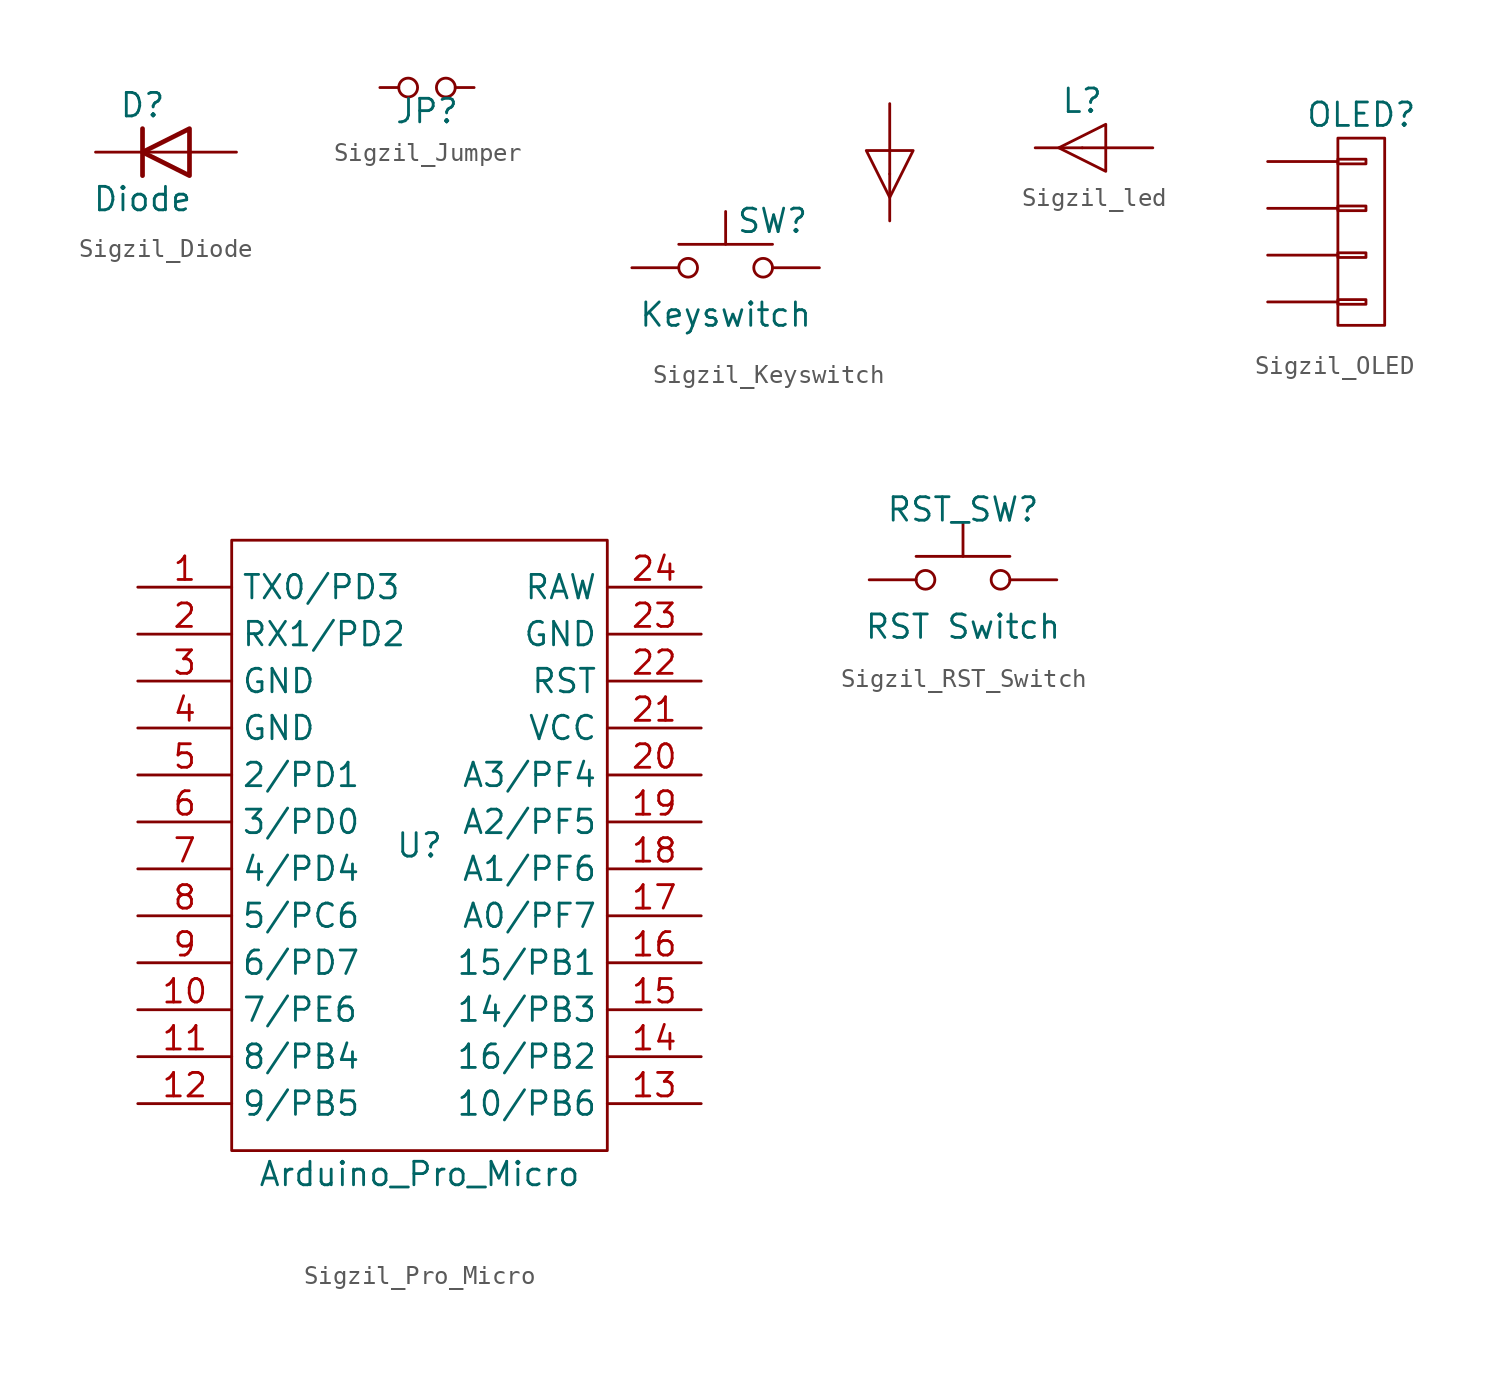
<source format=kicad_sym>
(kicad_symbol_lib
  (version 20220914)
  (generator kicad_symbol_editor)
  (symbol "Sigzil_Diode"
    (pin_numbers hide)
    (pin_names hide)
    (property "Reference" "D"
      (at 0 0 0)
      (effects (font (size 1.27 1.27))))
    (property "Value" "Diode"
      (at 0 -5.08 0)
      (effects (font (size 1.27 1.27))))
    (symbol "Sigzil_Diode_0_1"
      (polyline (pts (xy 0 -1.27) (xy 0 -3.81)) (stroke (width 0.254) (type default)) (fill (type none)))
      (polyline (pts (xy 2.54 -2.54) (xy 0 -2.54)) (stroke (width 0) (type default)) (fill (type none)))
      (polyline (pts (xy 2.54 -1.27) (xy 2.54 -3.81) (xy 0 -2.54) (xy 2.54 -1.27)) (stroke (width 0.254) (type default)) (fill (type none))))
    (symbol "Sigzil_Diode_1_1"
      (pin passive line (at -2.54 -2.54 0) (length 2.54) (name "K" (effects (font (size 1.27 1.27)))) (number "1" (effects (font (size 1.27 1.27)))))
      (pin passive line (at 5.08 -2.54 180) (length 2.54) (name "A" (effects (font (size 1.27 1.27)))) (number "2" (effects (font (size 1.27 1.27)))))))
  (symbol "Sigzil_Jumper"
    (pin_numbers hide)
    (pin_names hide)
    (property "Reference" "JP"
      (at 0 -1.27 0)
      (effects (font (size 1.27 1.27))))
    (property "Value" ""
      (at 0 0 0)
      (effects (font (size 1.27 1.27))))
    (symbol "Sigzil_Jumper_0_1"
      (circle (center -1.016 0) (radius 0.508) (stroke (width 0) (type solid)) (fill (type none)))
      (circle (center 1.016 0) (radius 0.508) (stroke (width 0) (type solid)) (fill (type none)))
      (pin passive line (at -2.54 0 0) (length 1.016) (name "1" (effects (font (size 1.27 1.27)))) (number "1" (effects (font (size 1.27 1.27)))))
      (pin passive line (at 2.54 0 180) (length 1.016) (name "2" (effects (font (size 1.27 1.27)))) (number "2" (effects (font (size 1.27 1.27)))))))
  (symbol "Sigzil_Keyswitch"
    (pin_numbers hide)
    (pin_names hide)
    (property "Reference" "SW"
      (at 2.54 2.54 0)
      (effects (font (size 1.27 1.27))))
    (property "Value" "Keyswitch"
      (at 0 -2.54 0)
      (effects (font (size 1.27 1.27))))
    (symbol "Sigzil_Keyswitch_0_1"
      (circle (center -2.032 0) (radius 0.508) (stroke (width 0) (type default)) (fill (type none)))
      (polyline (pts (xy 0 1.27) (xy 0 3.048)) (stroke (width 0) (type default)) (fill (type none)))
      (polyline (pts (xy 2.54 1.27) (xy -2.54 1.27)) (stroke (width 0) (type default)) (fill (type none)))
      (polyline (pts (xy 8.89 5.08) (xy 8.89 6.35)) (stroke (width 0) (type default)) (fill (type none)))
      (polyline (pts (xy 10.16 6.35) (xy 8.89 3.81) (xy 7.62 6.35) (xy 10.16 6.35)) (stroke (width 0) (type default)) (fill (type none)))
      (circle (center 2.032 0) (radius 0.508) (stroke (width 0) (type default)) (fill (type none)))
      (pin passive line (at -5.08 0 0) (length 2.54) (name "1" (effects (font (size 1.27 1.27)))) (number "1" (effects (font (size 1.27 1.27)))))
      (pin passive line (at 5.08 0 180) (length 2.54) (name "2" (effects (font (size 1.27 1.27)))) (number "2" (effects (font (size 1.27 1.27))))))
    (symbol "Sigzil_Keyswitch_1_1"
      (pin passive line (at 8.89 8.89 270) (length 2.54) (name "" (effects (font (size 1.27 1.27)))) (number "3" (effects (font (size 1.27 1.27)))))
      (pin passive line (at 8.89 2.54 90) (length 2.54) (name "" (effects (font (size 1.27 1.27)))) (number "4" (effects (font (size 1.27 1.27)))))))
  (symbol "Sigzil_led"
    (pin_numbers hide)
    (pin_names hide)
    (property "Reference" "L"
      (at 0 2.54 0)
      (effects (font (size 1.27 1.27))))
    (property "Value" ""
      (at 0 0 0)
      (effects (font (size 1.27 1.27))))
    (symbol "Sigzil_led_0_1"
      (polyline (pts (xy 0 0) (xy 1.27 0)) (stroke (width 0) (type default)) (fill (type none)))
      (polyline (pts (xy 1.27 -1.27) (xy -1.27 0) (xy 1.27 1.27) (xy 1.27 -1.27)) (stroke (width 0) (type default)) (fill (type none))))
    (symbol "Sigzil_led_1_1"
      (pin passive line (at 3.81 0 180) (length 2.54) (name "" (effects (font (size 1.27 1.27)))) (number "3" (effects (font (size 1.27 1.27)))))
      (pin passive line (at -2.54 0 0) (length 2.54) (name "" (effects (font (size 1.27 1.27)))) (number "4" (effects (font (size 1.27 1.27)))))))
  (symbol "Sigzil_OLED"
    (pin_numbers hide)
    (pin_names hide)
    (property "Reference" "OLED"
      (at 0 6.35 0)
      (effects (font (size 1.27 1.27))))
    (property "Value" ""
      (at 0 6.35 0)
      (effects (font (size 1.27 1.27))))
    (symbol "Sigzil_OLED_0_1"
      (rectangle (start -1.27 -3.683) (end 0.254 -3.937) (stroke (width 0) (type solid)) (fill (type none)))
      (rectangle (start -1.27 -1.143) (end 0.254 -1.397) (stroke (width 0) (type solid)) (fill (type none)))
      (rectangle (start -1.27 1.397) (end 0.254 1.143) (stroke (width 0) (type solid)) (fill (type none)))
      (rectangle (start -1.27 3.937) (end 0.254 3.683) (stroke (width 0) (type solid)) (fill (type none)))
      (rectangle (start -1.27 5.08) (end 1.27 -5.08) (stroke (width 0) (type solid)) (fill (type none))))
    (symbol "Sigzil_OLED_1_1"
      (pin passive line (at -5.08 3.81 0) (length 3.81) (name "P1" (effects (font (size 1.27 1.27)))) (number "1" (effects (font (size 1.27 1.27)))))
      (pin passive line (at -5.08 1.27 0) (length 3.81) (name "P2" (effects (font (size 1.27 1.27)))) (number "2" (effects (font (size 1.27 1.27)))))
      (pin passive line (at -5.08 -1.27 0) (length 3.81) (name "P3" (effects (font (size 1.27 1.27)))) (number "3" (effects (font (size 1.27 1.27)))))
      (pin passive line (at -5.08 -3.81 0) (length 3.81) (name "P4" (effects (font (size 1.27 1.27)))) (number "4" (effects (font (size 1.27 1.27)))))))
  (symbol "Sigzil_Pro_Micro"
    (property "Reference" "U"
      (at 0 0 0)
      (effects (font (size 1.27 1.27))))
    (property "Value" "Arduino_Pro_Micro"
      (at 0 -17.78 0)
      (effects (font (size 1.27 1.27))))
    (symbol "Sigzil_Pro_Micro_0_1"
      (rectangle (start -10.16 16.51) (end 10.16 -16.51) (stroke (width 0) (type solid)) (fill (type none))))
    (symbol "Sigzil_Pro_Micro_1_1"
      (pin input line (at -15.24 13.97 0) (length 5.08) (name "TX0/PD3" (effects (font (size 1.27 1.27)))) (number "1" (effects (font (size 1.27 1.27)))))
      (pin input line (at -15.24 -8.89 0) (length 5.08) (name "7/PE6" (effects (font (size 1.27 1.27)))) (number "10" (effects (font (size 1.27 1.27)))))
      (pin input line (at -15.24 -11.43 0) (length 5.08) (name "8/PB4" (effects (font (size 1.27 1.27)))) (number "11" (effects (font (size 1.27 1.27)))))
      (pin input line (at -15.24 -13.97 0) (length 5.08) (name "9/PB5" (effects (font (size 1.27 1.27)))) (number "12" (effects (font (size 1.27 1.27)))))
      (pin input line (at 15.24 -13.97 180) (length 5.08) (name "10/PB6" (effects (font (size 1.27 1.27)))) (number "13" (effects (font (size 1.27 1.27)))))
      (pin input line (at 15.24 -11.43 180) (length 5.08) (name "16/PB2" (effects (font (size 1.27 1.27)))) (number "14" (effects (font (size 1.27 1.27)))))
      (pin input line (at 15.24 -8.89 180) (length 5.08) (name "14/PB3" (effects (font (size 1.27 1.27)))) (number "15" (effects (font (size 1.27 1.27)))))
      (pin input line (at 15.24 -6.35 180) (length 5.08) (name "15/PB1" (effects (font (size 1.27 1.27)))) (number "16" (effects (font (size 1.27 1.27)))))
      (pin input line (at 15.24 -3.81 180) (length 5.08) (name "A0/PF7" (effects (font (size 1.27 1.27)))) (number "17" (effects (font (size 1.27 1.27)))))
      (pin input line (at 15.24 -1.27 180) (length 5.08) (name "A1/PF6" (effects (font (size 1.27 1.27)))) (number "18" (effects (font (size 1.27 1.27)))))
      (pin input line (at 15.24 1.27 180) (length 5.08) (name "A2/PF5" (effects (font (size 1.27 1.27)))) (number "19" (effects (font (size 1.27 1.27)))))
      (pin input line (at -15.24 11.43 0) (length 5.08) (name "RX1/PD2" (effects (font (size 1.27 1.27)))) (number "2" (effects (font (size 1.27 1.27)))))
      (pin input line (at 15.24 3.81 180) (length 5.08) (name "A3/PF4" (effects (font (size 1.27 1.27)))) (number "20" (effects (font (size 1.27 1.27)))))
      (pin input line (at 15.24 6.35 180) (length 5.08) (name "VCC" (effects (font (size 1.27 1.27)))) (number "21" (effects (font (size 1.27 1.27)))))
      (pin input line (at 15.24 8.89 180) (length 5.08) (name "RST" (effects (font (size 1.27 1.27)))) (number "22" (effects (font (size 1.27 1.27)))))
      (pin input line (at 15.24 11.43 180) (length 5.08) (name "GND" (effects (font (size 1.27 1.27)))) (number "23" (effects (font (size 1.27 1.27)))))
      (pin input line (at 15.24 13.97 180) (length 5.08) (name "RAW" (effects (font (size 1.27 1.27)))) (number "24" (effects (font (size 1.27 1.27)))))
      (pin input line (at -15.24 8.89 0) (length 5.08) (name "GND" (effects (font (size 1.27 1.27)))) (number "3" (effects (font (size 1.27 1.27)))))
      (pin input line (at -15.24 6.35 0) (length 5.08) (name "GND" (effects (font (size 1.27 1.27)))) (number "4" (effects (font (size 1.27 1.27)))))
      (pin input line (at -15.24 3.81 0) (length 5.08) (name "2/PD1" (effects (font (size 1.27 1.27)))) (number "5" (effects (font (size 1.27 1.27)))))
      (pin input line (at -15.24 1.27 0) (length 5.08) (name "3/PD0" (effects (font (size 1.27 1.27)))) (number "6" (effects (font (size 1.27 1.27)))))
      (pin input line (at -15.24 -1.27 0) (length 5.08) (name "4/PD4" (effects (font (size 1.27 1.27)))) (number "7" (effects (font (size 1.27 1.27)))))
      (pin input line (at -15.24 -3.81 0) (length 5.08) (name "5/PC6" (effects (font (size 1.27 1.27)))) (number "8" (effects (font (size 1.27 1.27)))))
      (pin input line (at -15.24 -6.35 0) (length 5.08) (name "6/PD7" (effects (font (size 1.27 1.27)))) (number "9" (effects (font (size 1.27 1.27)))))))
  (symbol "Sigzil_RST_Switch"
    (pin_numbers hide)
    (pin_names hide)
    (property "Reference" "RST_SW"
      (at 0 3.81 0)
      (effects (font (size 1.27 1.27))))
    (property "Value" "RST Switch"
      (at 0 -2.54 0)
      (effects (font (size 1.27 1.27))))
    (symbol "Sigzil_RST_Switch_0_1"
      (circle (center -2.032 0) (radius 0.508) (stroke (width 0) (type default)) (fill (type none)))
      (polyline (pts (xy 0 1.27) (xy 0 3.048)) (stroke (width 0) (type default)) (fill (type none)))
      (polyline (pts (xy 2.54 1.27) (xy -2.54 1.27)) (stroke (width 0) (type default)) (fill (type none)))
      (circle (center 2.032 0) (radius 0.508) (stroke (width 0) (type default)) (fill (type none)))
      (pin passive line (at -5.08 0 0) (length 2.54) (name "1" (effects (font (size 1.27 1.27)))) (number "1" (effects (font (size 1.27 1.27)))))
      (pin passive line (at 5.08 0 180) (length 2.54) (name "2" (effects (font (size 1.27 1.27)))) (number "2" (effects (font (size 1.27 1.27))))))))
</source>
